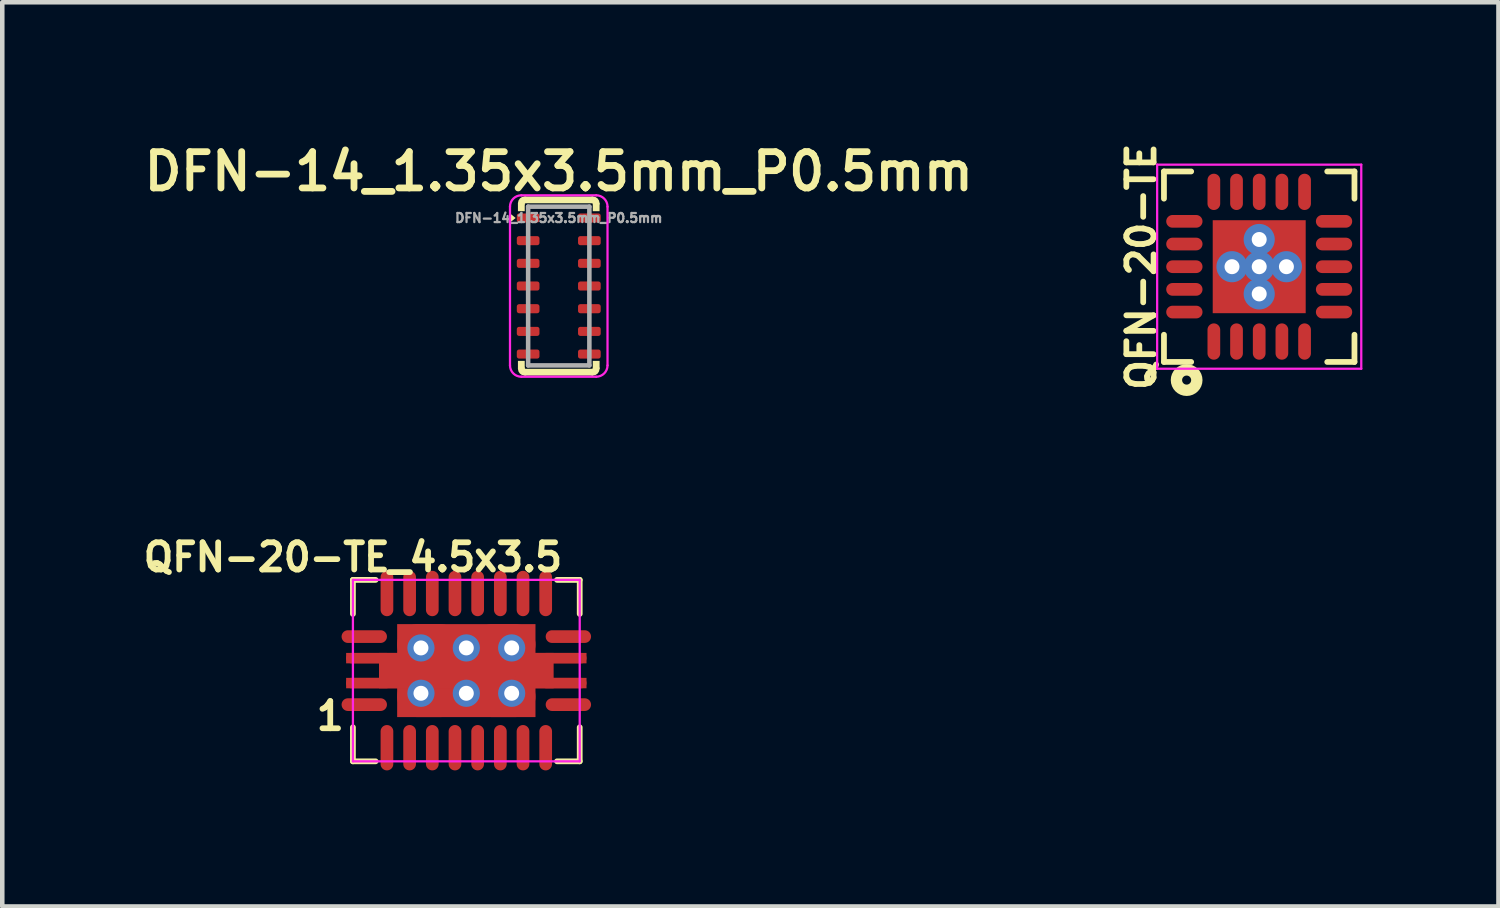
<source format=kicad_pcb>
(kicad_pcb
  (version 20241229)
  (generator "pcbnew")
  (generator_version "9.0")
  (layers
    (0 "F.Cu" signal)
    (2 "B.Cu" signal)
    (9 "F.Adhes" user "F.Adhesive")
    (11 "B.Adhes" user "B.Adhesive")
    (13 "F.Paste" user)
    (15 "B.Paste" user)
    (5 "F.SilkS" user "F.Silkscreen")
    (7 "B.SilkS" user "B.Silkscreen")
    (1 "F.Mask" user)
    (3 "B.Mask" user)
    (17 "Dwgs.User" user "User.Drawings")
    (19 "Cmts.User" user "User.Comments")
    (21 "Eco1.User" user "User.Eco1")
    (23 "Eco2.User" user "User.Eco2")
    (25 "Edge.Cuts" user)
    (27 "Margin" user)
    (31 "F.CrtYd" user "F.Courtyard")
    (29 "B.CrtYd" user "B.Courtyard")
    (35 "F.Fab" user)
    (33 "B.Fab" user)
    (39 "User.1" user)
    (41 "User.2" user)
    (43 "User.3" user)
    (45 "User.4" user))
  (footprint "QFN-20-TE_4.5x3.5"
    (layer "F.Cu")
    (at 7.231 11.735)
    (property "Reference" "QFN-20-TE_4.5x3.5" (at -2.5 -2.5 0) (layer "F.SilkS") (effects (font (size 0.6 0.6) (thickness 0.127))))
    (attr smd)
    (fp_line (start -2.5 -2) (end -2 -2) (stroke (width 0.127) (type solid)) (layer "F.SilkS"))
    (fp_line (start -2.5 -1.25) (end -2.5 -2) (stroke (width 0.127) (type solid)) (layer "F.SilkS"))
    (fp_line (start -2.5 2) (end -2.5 1.25) (stroke (width 0.127) (type solid)) (layer "F.SilkS"))
    (fp_line (start -2 2) (end -2.5 2) (stroke (width 0.127) (type solid)) (layer "F.SilkS"))
    (fp_line (start 2 -2) (end 2.5 -2) (stroke (width 0.127) (type solid)) (layer "F.SilkS"))
    (fp_line (start 2.5 -2) (end 2.5 -1.25) (stroke (width 0.127) (type solid)) (layer "F.SilkS"))
    (fp_line (start 2.5 1.25) (end 2.5 2) (stroke (width 0.127) (type solid)) (layer "F.SilkS"))
    (fp_line (start 2.5 2) (end 2 2) (stroke (width 0.127) (type solid)) (layer "F.SilkS"))
    (fp_line (start -2.5 -2) (end 2.5 -2) (stroke (width 0.05) (type solid)) (layer "F.CrtYd"))
    (fp_line (start -2.5 2) (end -2.5 -2) (stroke (width 0.05) (type solid)) (layer "F.CrtYd"))
    (fp_line (start 2.5 -2) (end 2.5 2) (stroke (width 0.05) (type solid)) (layer "F.CrtYd"))
    (fp_line (start 2.5 2) (end -2.5 2) (stroke (width 0.05) (type solid)) (layer "F.CrtYd"))
    (fp_text user "1" (at -3 1 0) (layer "F.SilkS") (effects (font (size 0.6 0.6) (thickness 0.127))))
    (pad "1" smd oval (at -2.25 0.75 90) (size 0.28 1) (layers "F.Cu" "F.Mask" "F.Paste"))
    (pad "2" smd oval (at -1.75 1.7) (size 0.28 1) (layers "F.Cu" "F.Mask" "F.Paste"))
    (pad "3" smd oval (at -1.25 1.7) (size 0.28 1) (layers "F.Cu" "F.Mask" "F.Paste"))
    (pad "4" smd oval (at -0.75 1.7) (size 0.28 1) (layers "F.Cu" "F.Mask" "F.Paste"))
    (pad "5" smd oval (at -0.25 1.7) (size 0.28 1) (layers "F.Cu" "F.Mask" "F.Paste"))
    (pad "6" smd oval (at 0.25 1.7) (size 0.28 1) (layers "F.Cu" "F.Mask" "F.Paste"))
    (pad "7" smd oval (at 0.75 1.7) (size 0.28 1) (layers "F.Cu" "F.Mask" "F.Paste"))
    (pad "8" smd oval (at 1.25 1.7) (size 0.28 1) (layers "F.Cu" "F.Mask" "F.Paste"))
    (pad "9" smd oval (at 1.75 1.7) (size 0.28 1) (layers "F.Cu" "F.Mask" "F.Paste"))
    (pad "10" smd oval (at 2.25 0.75 90) (size 0.28 1) (layers "F.Cu" "F.Mask" "F.Paste"))
    (pad "11" smd oval (at 2.25 -0.75 90) (size 0.28 1) (layers "F.Cu" "F.Mask" "F.Paste"))
    (pad "12" smd oval (at 1.75 -1.7) (size 0.28 1) (layers "F.Cu" "F.Mask" "F.Paste"))
    (pad "13" smd oval (at 1.25 -1.7) (size 0.28 1) (layers "F.Cu" "F.Mask" "F.Paste"))
    (pad "14" smd oval (at 0.75 -1.7) (size 0.28 1) (layers "F.Cu" "F.Mask" "F.Paste"))
    (pad "15" smd oval (at 0.25 -1.7) (size 0.28 1) (layers "F.Cu" "F.Mask" "F.Paste"))
    (pad "16" smd oval (at -0.25 -1.7) (size 0.28 1) (layers "F.Cu" "F.Mask" "F.Paste"))
    (pad "17" smd oval (at -0.75 -1.7) (size 0.28 1) (layers "F.Cu" "F.Mask" "F.Paste"))
    (pad "18" smd oval (at -1.25 -1.7) (size 0.28 1) (layers "F.Cu" "F.Mask" "F.Paste"))
    (pad "19" smd oval (at -1.75 -1.7) (size 0.28 1) (layers "F.Cu" "F.Mask" "F.Paste"))
    (pad "20" smd oval (at -2.25 -0.75 90) (size 0.28 1) (layers "F.Cu" "F.Mask" "F.Paste"))
    (pad "21" smd oval (at -2.15 -0.275) (size 1 0.23) (layers "F.Cu" "F.Mask" "F.Paste"))
    (pad "21" smd oval (at -2.15 0.275) (size 1 0.23) (layers "F.Cu" "F.Mask" "F.Paste"))
    (pad "21" thru_hole circle (at -1 -0.5) (size 0.6 0.6) (drill 0.33) (layers "*.Cu" "F.Mask"))
    (pad "21" thru_hole circle (at -1 0.5) (size 0.6 0.6) (drill 0.33) (layers "*.Cu" "F.Mask"))
    (pad "21" smd oval (at -0.825 -0.575) (size 1.4 0.9) (layers "F.Cu" "F.Mask" "F.Paste"))
    (pad "21" smd oval (at -0.825 0.575) (size 1.4 0.9) (layers "F.Cu" "F.Mask" "F.Paste"))
    (pad "21" thru_hole circle (at 0 -0.5) (size 0.6 0.6) (drill 0.33) (layers "*.Cu" "F.Mask"))
    (pad "21" smd rect (at 0 -0.275) (size 5.3 0.23) (layers "F.Cu" "F.Mask"))
    (pad "21" smd rect (at 0 0) (size 3.05 2.05) (layers "F.Cu" "F.Mask"))
    (pad "21" smd rect (at 0 0) (size 3.85 0.78) (layers "F.Cu" "F.Mask"))
    (pad "21" smd rect (at 0 0.275) (size 5.3 0.23) (layers "F.Cu" "F.Mask"))
    (pad "21" thru_hole circle (at 0 0.5) (size 0.6 0.6) (drill 0.33) (layers "*.Cu" "F.Mask"))
    (pad "21" smd oval (at 0.825 -0.575) (size 1.4 0.9) (layers "F.Cu" "F.Mask" "F.Paste"))
    (pad "21" smd oval (at 0.825 0.575) (size 1.4 0.9) (layers "F.Cu" "F.Mask" "F.Paste"))
    (pad "21" thru_hole circle (at 1 -0.5) (size 0.6 0.6) (drill 0.33) (layers "*.Cu" "F.Mask"))
    (pad "21" thru_hole circle (at 1 0.5) (size 0.6 0.6) (drill 0.33) (layers "*.Cu" "F.Mask"))
    (pad "21" smd oval (at 2.15 -0.275) (size 1 0.23) (layers "F.Cu" "F.Mask" "F.Paste"))
    (pad "21" smd oval (at 2.15 0.275) (size 1 0.23) (layers "F.Cu" "F.Mask" "F.Paste")))
  (footprint "QFN-20-TE"
    (layer "F.Cu")
    (at 24.712 2.83)
    (property "Reference" "QFN-20-TE" (at -2.6 0 90) (layer "F.SilkS") (effects (font (size 0.6 0.6) (thickness 0.127))))
    (attr through_hole)
    (fp_line (start -2.1 -2.1) (end -2.1 -1.5) (stroke (width 0.127) (type solid)) (layer "F.SilkS"))
    (fp_line (start -2.1 -2.1) (end -1.5 -2.1) (stroke (width 0.127) (type solid)) (layer "F.SilkS"))
    (fp_line (start -2.1 2.1) (end -2.1 1.5) (stroke (width 0.127) (type solid)) (layer "F.SilkS"))
    (fp_line (start -1.5 2.1) (end -2.1 2.1) (stroke (width 0.127) (type solid)) (layer "F.SilkS"))
    (fp_line (start 1.5 -2.1) (end 2.1 -2.1) (stroke (width 0.127) (type solid)) (layer "F.SilkS"))
    (fp_line (start 2.1 -2.1) (end 2.1 -1.5) (stroke (width 0.127) (type solid)) (layer "F.SilkS"))
    (fp_line (start 2.1 1.5) (end 2.1 2.1) (stroke (width 0.127) (type solid)) (layer "F.SilkS"))
    (fp_line (start 2.1 2.1) (end 1.5 2.1) (stroke (width 0.127) (type solid)) (layer "F.SilkS"))
    (fp_circle (center -1.6 2.5) (end -1.7 2.5) (stroke (width 0.25) (type solid)) (fill no) (layer "F.SilkS"))
    (fp_line (start -2.25 -2.25) (end 2.25 -2.25) (stroke (width 0.05) (type solid)) (layer "F.CrtYd"))
    (fp_line (start -2.25 2.25) (end -2.25 -2.25) (stroke (width 0.05) (type solid)) (layer "F.CrtYd"))
    (fp_line (start 2.25 -2.25) (end 2.25 2.25) (stroke (width 0.05) (type solid)) (layer "F.CrtYd"))
    (fp_line (start 2.25 2.25) (end -2.25 2.25) (stroke (width 0.05) (type solid)) (layer "F.CrtYd"))
    (pad "1" smd oval (at -1 1.65) (size 0.28 0.8) (layers "F.Cu" "F.Mask" "F.Paste"))
    (pad "2" smd oval (at -0.5 1.65) (size 0.28 0.8) (layers "F.Cu" "F.Mask" "F.Paste"))
    (pad "3" smd oval (at 0 1.65) (size 0.28 0.8) (layers "F.Cu" "F.Mask" "F.Paste"))
    (pad "4" smd oval (at 0.5 1.65) (size 0.28 0.8) (layers "F.Cu" "F.Mask" "F.Paste"))
    (pad "5" smd oval (at 1 1.65) (size 0.28 0.8) (layers "F.Cu" "F.Mask" "F.Paste"))
    (pad "6" smd oval (at 1.65 1 90) (size 0.28 0.8) (layers "F.Cu" "F.Mask" "F.Paste"))
    (pad "7" smd oval (at 1.65 0.5 90) (size 0.28 0.8) (layers "F.Cu" "F.Mask" "F.Paste"))
    (pad "8" smd oval (at 1.65 0 90) (size 0.28 0.8) (layers "F.Cu" "F.Mask" "F.Paste"))
    (pad "9" smd oval (at 1.65 -0.5 90) (size 0.28 0.8) (layers "F.Cu" "F.Mask" "F.Paste"))
    (pad "10" smd oval (at 1.65 -1 90) (size 0.28 0.8) (layers "F.Cu" "F.Mask" "F.Paste"))
    (pad "11" smd oval (at 1 -1.65) (size 0.28 0.8) (layers "F.Cu" "F.Mask" "F.Paste"))
    (pad "12" smd oval (at 0.5 -1.65) (size 0.28 0.8) (layers "F.Cu" "F.Mask" "F.Paste"))
    (pad "13" smd oval (at 0 -1.65) (size 0.28 0.8) (layers "F.Cu" "F.Mask" "F.Paste"))
    (pad "14" smd oval (at -0.5 -1.65) (size 0.28 0.8) (layers "F.Cu" "F.Mask" "F.Paste"))
    (pad "15" smd oval (at -1 -1.65) (size 0.28 0.8) (layers "F.Cu" "F.Mask" "F.Paste"))
    (pad "16" smd oval (at -1.65 -1 90) (size 0.28 0.8) (layers "F.Cu" "F.Mask" "F.Paste"))
    (pad "17" smd oval (at -1.65 -0.5 90) (size 0.28 0.8) (layers "F.Cu" "F.Mask" "F.Paste"))
    (pad "18" smd oval (at -1.65 0 90) (size 0.28 0.8) (layers "F.Cu" "F.Mask" "F.Paste"))
    (pad "19" smd oval (at -1.65 0.5 90) (size 0.28 0.8) (layers "F.Cu" "F.Mask" "F.Paste"))
    (pad "20" smd oval (at -1.65 1 90) (size 0.28 0.8) (layers "F.Cu" "F.Mask" "F.Paste"))
    (pad "21" thru_hole circle (at -0.6 0) (size 0.686 0.686) (drill 0.33) (layers "*.Cu"))
    (pad "21" smd rect (at -0.55 -0.55) (size 0.9 0.9) (layers "F.Cu" "F.Mask" "F.Paste"))
    (pad "21" smd rect (at -0.55 0.55) (size 0.9 0.9) (layers "F.Cu" "F.Mask" "F.Paste"))
    (pad "21" thru_hole circle (at 0 -0.6) (size 0.686 0.686) (drill 0.33) (layers "*.Cu"))
    (pad "21" thru_hole circle (at 0 0) (size 0.686 0.686) (drill 0.33) (layers "*.Cu"))
    (pad "21" smd rect (at 0 0) (size 2.05 2.05) (layers "F.Cu" "F.Mask"))
    (pad "21" thru_hole circle (at 0 0.6) (size 0.686 0.686) (drill 0.33) (layers "*.Cu"))
    (pad "21" smd rect (at 0.55 -0.55) (size 0.9 0.9) (layers "F.Cu" "F.Mask" "F.Paste"))
    (pad "21" smd rect (at 0.55 0.55) (size 0.9 0.9) (layers "F.Cu" "F.Mask" "F.Paste"))
    (pad "21" thru_hole circle (at 0.6 0) (size 0.686 0.686) (drill 0.33) (layers "*.Cu")))
  (footprint "DFN-14_1.35x3.5mm_P0.5mm"
    (layer "F.Cu")
    (at 9.269 3.256)
    (property "Reference" "DFN-14_1.35x3.5mm_P0.5mm" (at 0 -2.525 0) (layer "F.SilkS") (effects (font (size 0.8 0.8) (thickness 0.15))))
    (attr smd)
    (fp_arc (start -0.825 -1.825) (mid -0.803033 -1.878033) (end -0.75 -1.9) (stroke (width 0.15) (type solid)) (layer "F.SilkS"))
    (fp_arc (start -0.75 1.9) (mid -0.803033 1.878033) (end -0.825 1.825) (stroke (width 0.15) (type solid)) (layer "F.SilkS"))
    (fp_arc (start 0.75 -1.9) (mid 0.803033 -1.878033) (end 0.825 -1.825) (stroke (width 0.15) (type solid)) (layer "F.SilkS"))
    (fp_arc (start 0.825 1.825) (mid 0.803033 1.878033) (end 0.75 1.9) (stroke (width 0.15) (type solid)) (layer "F.SilkS"))
    (fp_poly (pts (xy -0.95 -1.5) (xy -1.075 -1.4) (xy -1.075 -1.6)) (stroke (width 0) (type solid)) (fill yes) (layer "F.SilkS"))
    (fp_poly (pts (xy -0.75 1.825) (xy 0.75 1.825) (xy 0.75 1.65) (xy 0.9 1.65) (xy 0.9 1.825) (xy 0.75 1.975) (xy -0.75 1.975) (xy -0.9 1.825) (xy -0.9 1.65) (xy -0.75 1.65)) (stroke (width 0) (type solid)) (fill yes) (layer "F.SilkS"))
    (fp_poly (pts (xy 0.75 -1.825) (xy -0.75 -1.825) (xy -0.75 -1.65) (xy -0.9 -1.65) (xy -0.9 -1.825) (xy -0.75 -1.975) (xy 0.75 -1.975) (xy 0.9 -1.825) (xy 0.9 -1.65) (xy 0.75 -1.65)) (stroke (width 0) (type solid)) (fill yes) (layer "F.SilkS"))
    (fp_line (start -1.075 -1.75) (end -1.075 1.75) (stroke (width 0.05) (type solid)) (layer "F.CrtYd"))
    (fp_line (start -0.825 2) (end 0.825 2) (stroke (width 0.05) (type solid)) (layer "F.CrtYd"))
    (fp_line (start 0.825 -2) (end -0.825 -2) (stroke (width 0.05) (type solid)) (layer "F.CrtYd"))
    (fp_line (start 1.075 1.75) (end 1.075 -1.75) (stroke (width 0.05) (type solid)) (layer "F.CrtYd"))
    (fp_arc (start -1.075 -1.75) (mid -1.001777 -1.926777) (end -0.825 -2) (stroke (width 0.05) (type solid)) (layer "F.CrtYd"))
    (fp_arc (start -0.825 2) (mid -1.001777 1.926777) (end -1.075 1.75) (stroke (width 0.05) (type solid)) (layer "F.CrtYd"))
    (fp_arc (start 0.825 -2) (mid 1.001777 -1.926777) (end 1.075 -1.75) (stroke (width 0.05) (type solid)) (layer "F.CrtYd"))
    (fp_arc (start 1.075 1.75) (mid 1.001777 1.926777) (end 0.825 2) (stroke (width 0.05) (type solid)) (layer "F.CrtYd"))
    (fp_line (start -0.675 -1.75) (end 0.675 -1.75) (stroke (width 0.1) (type solid)) (layer "F.Fab"))
    (fp_line (start -0.675 1.75) (end -0.675 -1.75) (stroke (width 0.1) (type solid)) (layer "F.Fab"))
    (fp_line (start 0.675 -1.75) (end 0.675 1.75) (stroke (width 0.1) (type solid)) (layer "F.Fab"))
    (fp_line (start 0.675 1.75) (end -0.675 1.75) (stroke (width 0.1) (type solid)) (layer "F.Fab"))
    (fp_text user "${REFERENCE}" (at 0 -1.5 0) (layer "F.Fab") (effects (font (size 0.2 0.2) (thickness 0.05))))
    (pad "1" smd roundrect (at -0.675 -1.5) (size 0.5 0.2) (layers "F.Cu" "F.Mask" "F.Paste") (roundrect_rratio 0.25))
    (pad "2" smd roundrect (at -0.675 -1) (size 0.5 0.2) (layers "F.Cu" "F.Mask" "F.Paste") (roundrect_rratio 0.25))
    (pad "3" smd roundrect (at -0.675 -0.5) (size 0.5 0.2) (layers "F.Cu" "F.Mask" "F.Paste") (roundrect_rratio 0.25))
    (pad "4" smd roundrect (at -0.675 0) (size 0.5 0.2) (layers "F.Cu" "F.Mask" "F.Paste") (roundrect_rratio 0.25))
    (pad "5" smd roundrect (at -0.675 0.5) (size 0.5 0.2) (layers "F.Cu" "F.Mask" "F.Paste") (roundrect_rratio 0.25))
    (pad "6" smd roundrect (at -0.675 1) (size 0.5 0.2) (layers "F.Cu" "F.Mask" "F.Paste") (roundrect_rratio 0.25))
    (pad "7" smd roundrect (at -0.675 1.5) (size 0.5 0.2) (layers "F.Cu" "F.Mask" "F.Paste") (roundrect_rratio 0.25))
    (pad "8" smd roundrect (at 0.675 1.5) (size 0.5 0.2) (layers "F.Cu" "F.Mask" "F.Paste") (roundrect_rratio 0.25))
    (pad "9" smd roundrect (at 0.675 1) (size 0.5 0.2) (layers "F.Cu" "F.Mask" "F.Paste") (roundrect_rratio 0.25))
    (pad "10" smd roundrect (at 0.675 0.5) (size 0.5 0.2) (layers "F.Cu" "F.Mask" "F.Paste") (roundrect_rratio 0.25))
    (pad "11" smd roundrect (at 0.675 0) (size 0.5 0.2) (layers "F.Cu" "F.Mask" "F.Paste") (roundrect_rratio 0.25))
    (pad "12" smd roundrect (at 0.675 -0.5) (size 0.5 0.2) (layers "F.Cu" "F.Mask" "F.Paste") (roundrect_rratio 0.25))
    (pad "13" smd roundrect (at 0.675 -1) (size 0.5 0.2) (layers "F.Cu" "F.Mask" "F.Paste") (roundrect_rratio 0.25))
    (pad "14" smd roundrect (at 0.675 -1.5) (size 0.5 0.2) (layers "F.Cu" "F.Mask" "F.Paste") (roundrect_rratio 0.25)))
  (gr_rect
    (start -3 -3)
    (end 29.987 16.935)
    (stroke (width 0.1) (type default))
    (fill no)
    (layer "Edge.Cuts")))
</source>
